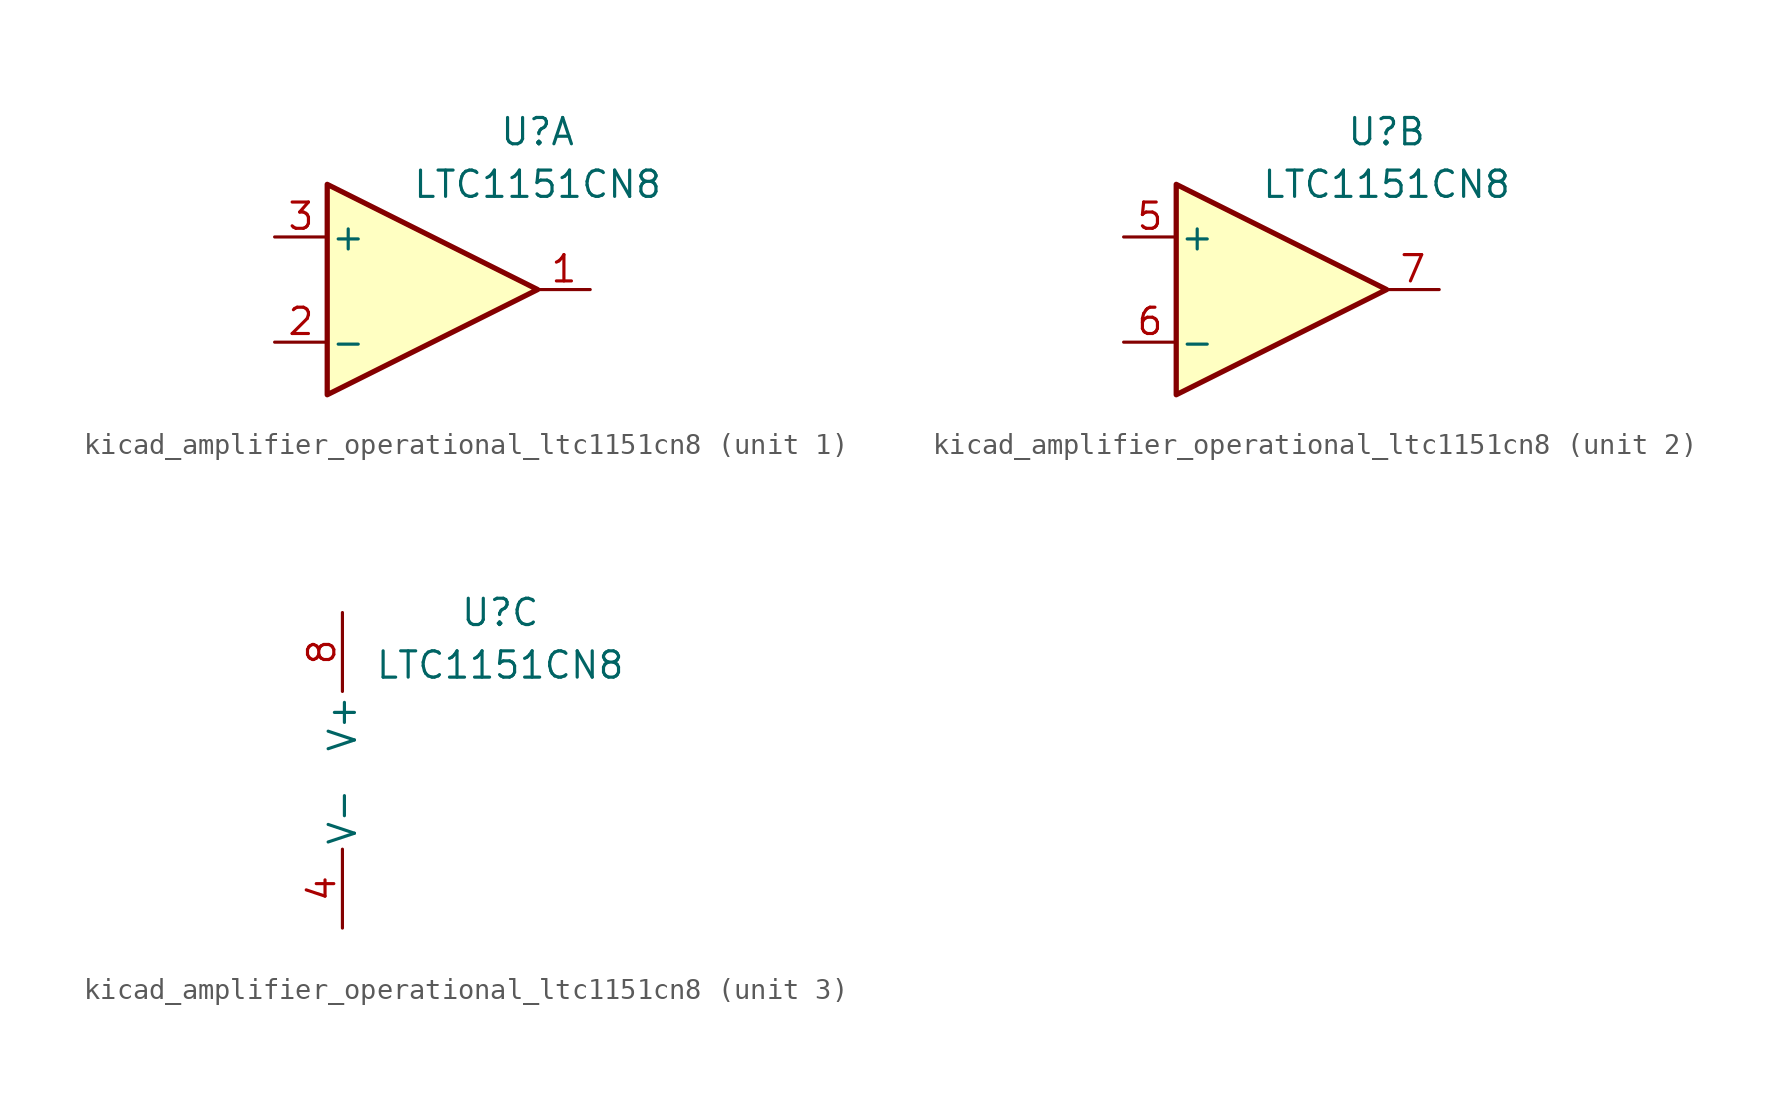
<source format=kicad_sym>
(kicad_symbol_lib
  (version 20220914)
  (generator kicad_symbol_editor)
  (symbol "kicad_amplifier_operational_ltc1151cn8"
    (pin_names
      (offset 0.127))
    (property "Reference" "U"
      (at 5.08 7.62 0)
      (effects (font (size 1.27 1.27))))
    (property "Value" "LTC1151CN8"
      (at 5.08 5.08 0)
      (effects (font (size 1.27 1.27))))
    (property "ki_locked" ""
      (at 0 0 0)
      (effects (font (size 1.27 1.27))))
    (symbol "kicad_amplifier_operational_ltc1151cn8_1_1"
      (polyline (pts (xy -5.08 5.08) (xy -5.08 -5.08) (xy 5.08 0) (xy -5.08 5.08)) (stroke (width 0.254) (type default)) (fill (type background)))
      (pin output line (at 7.62 0 180) (length 2.54) (name "~" (effects (font (size 1.27 1.27)))) (number "1" (effects (font (size 1.27 1.27)))))
      (pin input line (at -7.62 -2.54 0) (length 2.54) (name "-" (effects (font (size 1.27 1.27)))) (number "2" (effects (font (size 1.27 1.27)))))
      (pin input line (at -7.62 2.54 0) (length 2.54) (name "+" (effects (font (size 1.27 1.27)))) (number "3" (effects (font (size 1.27 1.27))))))
    (symbol "kicad_amplifier_operational_ltc1151cn8_2_1"
      (polyline (pts (xy -5.08 5.08) (xy -5.08 -5.08) (xy 5.08 0) (xy -5.08 5.08)) (stroke (width 0.254) (type default)) (fill (type background)))
      (pin input line (at -7.62 2.54 0) (length 2.54) (name "+" (effects (font (size 1.27 1.27)))) (number "5" (effects (font (size 1.27 1.27)))))
      (pin input line (at -7.62 -2.54 0) (length 2.54) (name "-" (effects (font (size 1.27 1.27)))) (number "6" (effects (font (size 1.27 1.27)))))
      (pin output line (at 7.62 0 180) (length 2.54) (name "~" (effects (font (size 1.27 1.27)))) (number "7" (effects (font (size 1.27 1.27))))))
    (symbol "kicad_amplifier_operational_ltc1151cn8_3_1"
      (pin power_in line (at -2.54 -7.62 90) (length 3.81) (name "V-" (effects (font (size 1.27 1.27)))) (number "4" (effects (font (size 1.27 1.27)))))
      (pin power_in line (at -2.54 7.62 270) (length 3.81) (name "V+" (effects (font (size 1.27 1.27)))) (number "8" (effects (font (size 1.27 1.27))))))))
</source>
